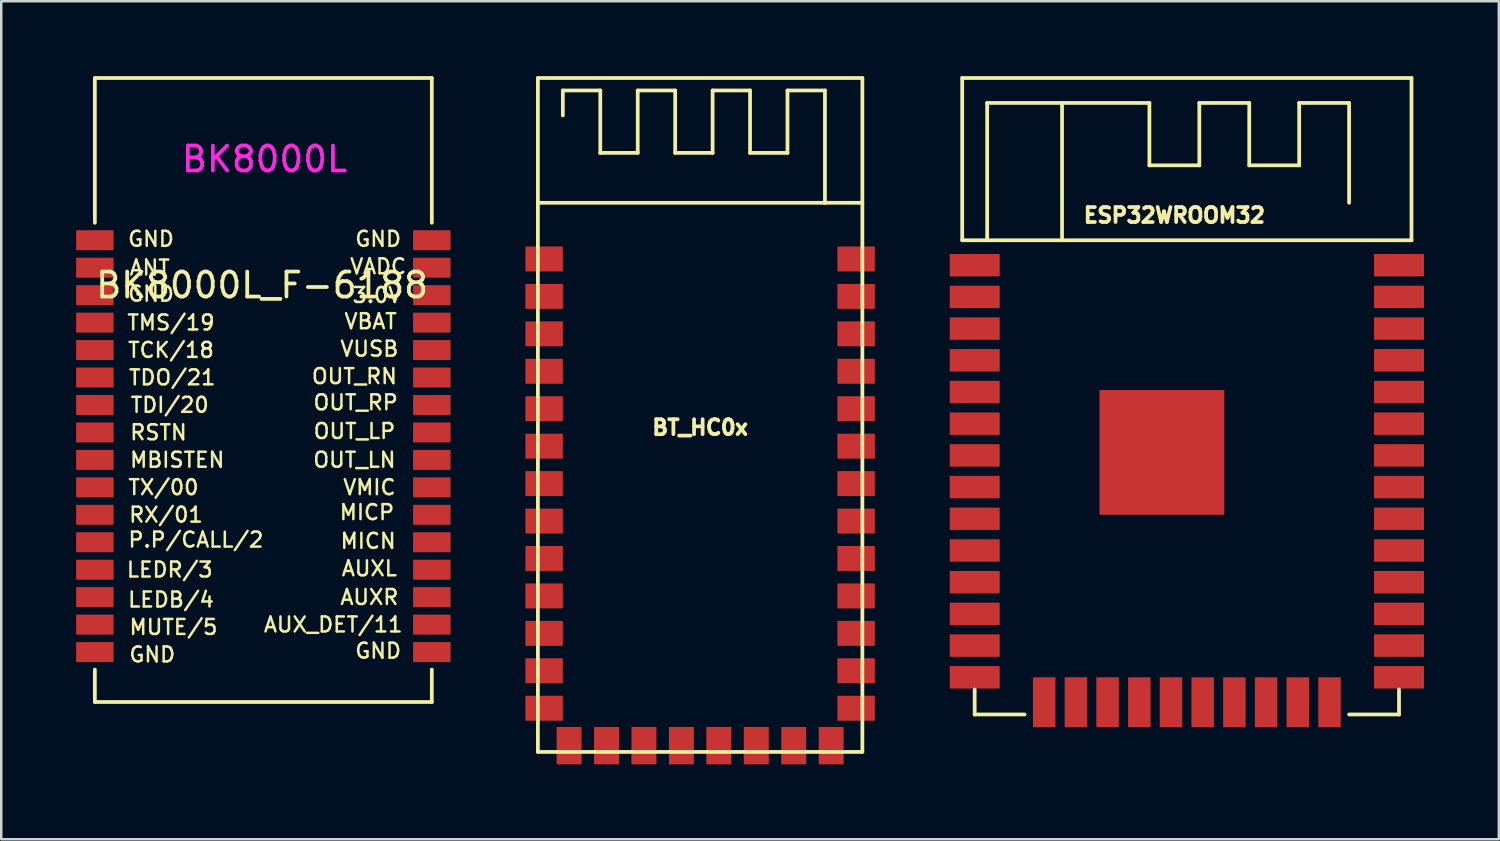
<source format=kicad_pcb>
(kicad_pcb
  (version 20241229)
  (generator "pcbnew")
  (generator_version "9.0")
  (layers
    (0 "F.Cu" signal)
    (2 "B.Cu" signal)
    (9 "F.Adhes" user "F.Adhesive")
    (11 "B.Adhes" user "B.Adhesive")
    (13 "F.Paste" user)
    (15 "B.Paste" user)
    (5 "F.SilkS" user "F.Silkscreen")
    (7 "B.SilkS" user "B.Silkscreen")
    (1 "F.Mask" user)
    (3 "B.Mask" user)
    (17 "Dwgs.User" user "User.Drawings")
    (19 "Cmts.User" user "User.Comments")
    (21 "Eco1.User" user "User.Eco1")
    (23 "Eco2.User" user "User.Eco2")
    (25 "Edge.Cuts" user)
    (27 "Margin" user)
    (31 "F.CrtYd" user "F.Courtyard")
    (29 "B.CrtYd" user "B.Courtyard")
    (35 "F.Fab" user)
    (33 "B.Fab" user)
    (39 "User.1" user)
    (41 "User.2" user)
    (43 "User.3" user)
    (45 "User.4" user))
  (footprint "ESP32WROOM32"
    (layer "F.Cu")
    (at 44.5 7.575)
    (property "Reference" "ESP32WROOM32" (at -0.5 -2 0) (layer "F.SilkS") (effects (font (size 0.6 0.6) (thickness 0.15))))
    (attr through_hole)
    (fp_line (start -9 -1) (end -9 -7.5) (stroke (width 0.15) (type solid)) (layer "F.SilkS"))
    (fp_line (start -9 -1) (end 9 -1) (stroke (width 0.15) (type solid)) (layer "F.SilkS"))
    (fp_line (start -8.5 17) (end -8.5 18) (stroke (width 0.15) (type solid)) (layer "F.SilkS"))
    (fp_line (start -8.5 18) (end -6.5 18) (stroke (width 0.15) (type solid)) (layer "F.SilkS"))
    (fp_line (start -8 -6.5) (end -1.5 -6.5) (stroke (width 0.15) (type solid)) (layer "F.SilkS"))
    (fp_line (start -8 -1) (end -8 -6.5) (stroke (width 0.15) (type solid)) (layer "F.SilkS"))
    (fp_line (start -5 -6.5) (end -5 -1) (stroke (width 0.15) (type solid)) (layer "F.SilkS"))
    (fp_line (start -1.5 -6.5) (end -1.5 -4) (stroke (width 0.15) (type solid)) (layer "F.SilkS"))
    (fp_line (start -1.5 -4) (end 0.5 -4) (stroke (width 0.15) (type solid)) (layer "F.SilkS"))
    (fp_line (start 0.5 -6.5) (end 2.5 -6.5) (stroke (width 0.15) (type solid)) (layer "F.SilkS"))
    (fp_line (start 0.5 -4) (end 0.5 -6.5) (stroke (width 0.15) (type solid)) (layer "F.SilkS"))
    (fp_line (start 2.5 -6.5) (end 2.5 -4) (stroke (width 0.15) (type solid)) (layer "F.SilkS"))
    (fp_line (start 2.5 -4) (end 4.5 -4) (stroke (width 0.15) (type solid)) (layer "F.SilkS"))
    (fp_line (start 4.5 -6.5) (end 6.5 -6.5) (stroke (width 0.15) (type solid)) (layer "F.SilkS"))
    (fp_line (start 4.5 -4) (end 4.5 -6.5) (stroke (width 0.15) (type solid)) (layer "F.SilkS"))
    (fp_line (start 6.5 -6.5) (end 6.5 -2.5) (stroke (width 0.15) (type solid)) (layer "F.SilkS"))
    (fp_line (start 6.5 18) (end 8.5 18) (stroke (width 0.15) (type solid)) (layer "F.SilkS"))
    (fp_line (start 8.5 18) (end 8.5 17) (stroke (width 0.15) (type solid)) (layer "F.SilkS"))
    (fp_line (start 9 -7.5) (end -9 -7.5) (stroke (width 0.15) (type solid)) (layer "F.SilkS"))
    (fp_line (start 9 -1) (end 9 -7.5) (stroke (width 0.15) (type solid)) (layer "F.SilkS"))
    (pad "1" smd rect (at -8.5 0) (size 2 0.9) (layers "F.Cu" "F.Mask" "F.Paste"))
    (pad "2" smd rect (at -8.5 1.27) (size 2 0.9) (layers "F.Cu" "F.Mask" "F.Paste"))
    (pad "3" smd rect (at -8.5 2.54) (size 2 0.9) (layers "F.Cu" "F.Mask" "F.Paste"))
    (pad "4" smd rect (at -8.5 3.81) (size 2 0.9) (layers "F.Cu" "F.Mask" "F.Paste"))
    (pad "5" smd rect (at -8.5 5.08) (size 2 0.9) (layers "F.Cu" "F.Mask" "F.Paste"))
    (pad "6" smd rect (at -8.5 6.35) (size 2 0.9) (layers "F.Cu" "F.Mask" "F.Paste"))
    (pad "7" smd rect (at -8.5 7.62) (size 2 0.9) (layers "F.Cu" "F.Mask" "F.Paste"))
    (pad "8" smd rect (at -8.5 8.89) (size 2 0.9) (layers "F.Cu" "F.Mask" "F.Paste"))
    (pad "9" smd rect (at -8.5 10.16) (size 2 0.9) (layers "F.Cu" "F.Mask" "F.Paste"))
    (pad "10" smd rect (at -8.5 11.43) (size 2 0.9) (layers "F.Cu" "F.Mask" "F.Paste"))
    (pad "11" smd rect (at -8.5 12.7) (size 2 0.9) (layers "F.Cu" "F.Mask" "F.Paste"))
    (pad "12" smd rect (at -8.5 13.97) (size 2 0.9) (layers "F.Cu" "F.Mask" "F.Paste"))
    (pad "13" smd rect (at -8.5 15.24) (size 2 0.9) (layers "F.Cu" "F.Mask" "F.Paste"))
    (pad "14" smd rect (at -8.5 16.51) (size 2 0.9) (layers "F.Cu" "F.Mask" "F.Paste"))
    (pad "15" smd rect (at -5.715 17.51 90) (size 2 0.9) (layers "F.Cu" "F.Mask" "F.Paste"))
    (pad "16" smd rect (at -4.445 17.51 90) (size 2 0.9) (layers "F.Cu" "F.Mask" "F.Paste"))
    (pad "17" smd rect (at -3.175 17.51 90) (size 2 0.9) (layers "F.Cu" "F.Mask" "F.Paste"))
    (pad "18" smd rect (at -1.905 17.51 90) (size 2 0.9) (layers "F.Cu" "F.Mask" "F.Paste"))
    (pad "19" smd rect (at -0.635 17.51 90) (size 2 0.9) (layers "F.Cu" "F.Mask" "F.Paste"))
    (pad "20" smd rect (at 0.635 17.51 90) (size 2 0.9) (layers "F.Cu" "F.Mask" "F.Paste"))
    (pad "21" smd rect (at 1.905 17.51 90) (size 2 0.9) (layers "F.Cu" "F.Mask" "F.Paste"))
    (pad "22" smd rect (at 3.175 17.51 90) (size 2 0.9) (layers "F.Cu" "F.Mask" "F.Paste"))
    (pad "23" smd rect (at 4.445 17.51 90) (size 2 0.9) (layers "F.Cu" "F.Mask" "F.Paste"))
    (pad "24" smd rect (at 5.715 17.51 90) (size 2 0.9) (layers "F.Cu" "F.Mask" "F.Paste"))
    (pad "25" smd rect (at 8.5 16.51) (size 2 0.9) (layers "F.Cu" "F.Mask" "F.Paste"))
    (pad "26" smd rect (at 8.5 15.24) (size 2 0.9) (layers "F.Cu" "F.Mask" "F.Paste"))
    (pad "27" smd rect (at 8.5 13.97) (size 2 0.9) (layers "F.Cu" "F.Mask" "F.Paste"))
    (pad "28" smd rect (at 8.5 12.7) (size 2 0.9) (layers "F.Cu" "F.Mask" "F.Paste"))
    (pad "29" smd rect (at 8.5 11.43) (size 2 0.9) (layers "F.Cu" "F.Mask" "F.Paste"))
    (pad "30" smd rect (at 8.5 10.16) (size 2 0.9) (layers "F.Cu" "F.Mask" "F.Paste"))
    (pad "31" smd rect (at 8.5 8.89) (size 2 0.9) (layers "F.Cu" "F.Mask" "F.Paste"))
    (pad "32" smd rect (at 8.5 7.62) (size 2 0.9) (layers "F.Cu" "F.Mask" "F.Paste"))
    (pad "33" smd rect (at 8.5 6.35) (size 2 0.9) (layers "F.Cu" "F.Mask" "F.Paste"))
    (pad "34" smd rect (at 8.5 5.08) (size 2 0.9) (layers "F.Cu" "F.Mask" "F.Paste"))
    (pad "35" smd rect (at 8.5 3.81) (size 2 0.9) (layers "F.Cu" "F.Mask" "F.Paste"))
    (pad "36" smd rect (at 8.5 2.54) (size 2 0.9) (layers "F.Cu" "F.Mask" "F.Paste"))
    (pad "37" smd rect (at 8.5 1.27) (size 2 0.9) (layers "F.Cu" "F.Mask" "F.Paste"))
    (pad "38" smd rect (at 8.5 0) (size 2 0.9) (layers "F.Cu" "F.Mask" "F.Paste"))
    (pad "PAD" smd rect (at -1 7.5) (size 5 5) (layers "F.Cu" "F.Mask" "F.Paste")))
  (footprint "BK8000L_F-6188"
    (layer "F.Cu")
    (at 7.55 14.325)
    (property "Reference" "BK8000L_F-6188" (at -0.1 -5.95 0) (layer "F.SilkS") (effects (font (size 1 1) (thickness 0.15))))
    (attr through_hole)
    (fp_line (start -6.8 -14.25) (end 6.7 -14.25) (stroke (width 0.15) (type solid)) (layer "F.SilkS"))
    (fp_line (start -6.8 -8.45) (end -6.8 -14.25) (stroke (width 0.15) (type solid)) (layer "F.SilkS"))
    (fp_line (start -6.8 9.45) (end -6.8 10.75) (stroke (width 0.15) (type solid)) (layer "F.SilkS"))
    (fp_line (start -6.8 10.75) (end 6.7 10.75) (stroke (width 0.15) (type solid)) (layer "F.SilkS"))
    (fp_line (start 6.7 -14.25) (end 6.7 -8.45) (stroke (width 0.15) (type solid)) (layer "F.SilkS"))
    (fp_line (start 6.7 10.75) (end 6.7 9.45) (stroke (width 0.15) (type solid)) (layer "F.SilkS"))
    (fp_text user "GND" (at -4.5 8.85 0) (layer "F.SilkS") (effects (font (size 0.6 0.6) (thickness 0.1))))
    (fp_text user "P.P/CALL/2" (at -2.75 4.25 0) (layer "F.SilkS") (effects (font (size 0.6 0.6) (thickness 0.1))))
    (fp_text user "LEDR/3" (at -3.8 5.45 0) (layer "F.SilkS") (effects (font (size 0.6 0.6) (thickness 0.1))))
    (fp_text user "GND" (at 4.55 -7.8 0) (layer "F.SilkS") (effects (font (size 0.6 0.6) (thickness 0.1))))
    (fp_text user "VMIC" (at 4.2 2.15 0) (layer "F.SilkS") (effects (font (size 0.6 0.6) (thickness 0.1))))
    (fp_text user "AUXL" (at 4.2 5.4 0) (layer "F.SilkS") (effects (font (size 0.6 0.6) (thickness 0.1))))
    (fp_text user "TCK/18" (at -3.75 -3.35 0) (layer "F.SilkS") (effects (font (size 0.6 0.6) (thickness 0.1))))
    (fp_text user "3.0V" (at 4.5 -5.55 0) (layer "F.SilkS") (effects (font (size 0.6 0.6) (thickness 0.1))))
    (fp_text user "GND" (at -4.55 -7.8 0) (layer "F.SilkS") (effects (font (size 0.6 0.6) (thickness 0.1))))
    (fp_text user "MICP" (at 4.1 3.15 0) (layer "F.SilkS") (effects (font (size 0.6 0.6) (thickness 0.1))))
    (fp_text user "OUT_RP" (at 3.65 -1.25 0) (layer "F.SilkS") (effects (font (size 0.6 0.6) (thickness 0.1))))
    (fp_text user "OUT_LN" (at 3.6 1.05 0) (layer "F.SilkS") (effects (font (size 0.6 0.6) (thickness 0.1))))
    (fp_text user "TX/00" (at -4.05 2.15 0) (layer "F.SilkS") (effects (font (size 0.6 0.6) (thickness 0.1))))
    (fp_text user "OUT_LP" (at 3.6 -0.1 0) (layer "F.SilkS") (effects (font (size 0.6 0.6) (thickness 0.1))))
    (fp_text user "LEDB/4" (at -3.75 6.65 0) (layer "F.SilkS") (effects (font (size 0.6 0.6) (thickness 0.1))))
    (fp_text user "GND" (at 4.55 8.7 0) (layer "F.SilkS") (effects (font (size 0.6 0.6) (thickness 0.1))))
    (fp_text user "MBISTEN" (at -3.5 1.05 0) (layer "F.SilkS") (effects (font (size 0.6 0.6) (thickness 0.1))))
    (fp_text user "RSTN" (at -4.25 -0.05 0) (layer "F.SilkS") (effects (font (size 0.6 0.6) (thickness 0.1))))
    (fp_text user "VUSB" (at 4.2 -3.4 0) (layer "F.SilkS") (effects (font (size 0.6 0.6) (thickness 0.1))))
    (fp_text user "VBAT" (at 4.25 -4.5 0) (layer "F.SilkS") (effects (font (size 0.6 0.6) (thickness 0.1))))
    (fp_text user "RX/01" (at -3.95 3.25 0) (layer "F.SilkS") (effects (font (size 0.6 0.6) (thickness 0.1))))
    (fp_text user "AUX_DET/11" (at 2.75 7.65 0) (layer "F.SilkS") (effects (font (size 0.6 0.6) (thickness 0.1))))
    (fp_text user "TDO/21" (at -3.7 -2.25 0) (layer "F.SilkS") (effects (font (size 0.6 0.6) (thickness 0.1))))
    (fp_text user "MUTE/5" (at -3.65 7.75 0) (layer "F.SilkS") (effects (font (size 0.6 0.6) (thickness 0.1))))
    (fp_text user "AUXR" (at 4.2 6.55 0) (layer "F.SilkS") (effects (font (size 0.6 0.6) (thickness 0.1))))
    (fp_text user "TDI/20" (at -3.8 -1.15 0) (layer "F.SilkS") (effects (font (size 0.6 0.6) (thickness 0.1))))
    (fp_text user "GND" (at -4.55 -5.6 0) (layer "F.SilkS") (effects (font (size 0.6 0.6) (thickness 0.1))))
    (fp_text user "MICN" (at 4.15 4.3 0) (layer "F.SilkS") (effects (font (size 0.6 0.6) (thickness 0.1))))
    (fp_text user "OUT_RN" (at 3.6 -2.3 0) (layer "F.SilkS") (effects (font (size 0.6 0.6) (thickness 0.1))))
    (fp_text user "ANT" (at -4.6 -6.65 0) (layer "F.SilkS") (effects (font (size 0.6 0.6) (thickness 0.1))))
    (fp_text user "VADC" (at 4.55 -6.7 0) (layer "F.SilkS") (effects (font (size 0.6 0.6) (thickness 0.1))))
    (fp_text user "TMS/19" (at -3.75 -4.45 0) (layer "F.SilkS") (effects (font (size 0.6 0.6) (thickness 0.1))))
    (fp_text user "BK8000L" (at 0 -11 0) (layer "F.CrtYd") (effects (font (size 1 1) (thickness 0.15))))
    (pad "1" smd rect (at -6.8 -7.75) (size 1.5 0.8) (layers "F.Cu" "F.Mask" "F.Paste"))
    (pad "2" smd rect (at -6.8 -6.65) (size 1.5 0.8) (layers "F.Cu" "F.Mask" "F.Paste"))
    (pad "3" smd rect (at -6.8 -5.55) (size 1.5 0.8) (layers "F.Cu" "F.Mask" "F.Paste"))
    (pad "4" smd rect (at -6.8 -4.45) (size 1.5 0.8) (layers "F.Cu" "F.Mask" "F.Paste"))
    (pad "5" smd rect (at -6.8 -3.35) (size 1.5 0.8) (layers "F.Cu" "F.Mask" "F.Paste"))
    (pad "6" smd rect (at -6.8 -2.25) (size 1.5 0.8) (layers "F.Cu" "F.Mask" "F.Paste"))
    (pad "7" smd rect (at -6.8 -1.15) (size 1.5 0.8) (layers "F.Cu" "F.Mask" "F.Paste"))
    (pad "8" smd rect (at -6.8 -0.05) (size 1.5 0.8) (layers "F.Cu" "F.Mask" "F.Paste"))
    (pad "9" smd rect (at -6.8 1.05) (size 1.5 0.8) (layers "F.Cu" "F.Mask" "F.Paste"))
    (pad "10" smd rect (at -6.8 2.15) (size 1.5 0.8) (layers "F.Cu" "F.Mask" "F.Paste"))
    (pad "11" smd rect (at -6.8 3.25) (size 1.5 0.8) (layers "F.Cu" "F.Mask" "F.Paste"))
    (pad "12" smd rect (at -6.8 4.35) (size 1.5 0.8) (layers "F.Cu" "F.Mask" "F.Paste"))
    (pad "13" smd rect (at -6.8 5.45) (size 1.5 0.8) (layers "F.Cu" "F.Mask" "F.Paste"))
    (pad "14" smd rect (at -6.8 6.55) (size 1.5 0.8) (layers "F.Cu" "F.Mask" "F.Paste"))
    (pad "15" smd rect (at -6.8 7.65) (size 1.5 0.8) (layers "F.Cu" "F.Mask" "F.Paste"))
    (pad "16" smd rect (at -6.8 8.75) (size 1.5 0.8) (layers "F.Cu" "F.Mask" "F.Paste"))
    (pad "17" smd rect (at 6.7 8.75) (size 1.5 0.8) (layers "F.Cu" "F.Mask" "F.Paste"))
    (pad "18" smd rect (at 6.7 7.65) (size 1.5 0.8) (layers "F.Cu" "F.Mask" "F.Paste"))
    (pad "19" smd rect (at 6.7 6.55) (size 1.5 0.8) (layers "F.Cu" "F.Mask" "F.Paste"))
    (pad "20" smd rect (at 6.7 5.45) (size 1.5 0.8) (layers "F.Cu" "F.Mask" "F.Paste"))
    (pad "21" smd rect (at 6.7 4.35) (size 1.5 0.8) (layers "F.Cu" "F.Mask" "F.Paste"))
    (pad "22" smd rect (at 6.7 3.25) (size 1.5 0.8) (layers "F.Cu" "F.Mask" "F.Paste"))
    (pad "23" smd rect (at 6.7 2.15) (size 1.5 0.8) (layers "F.Cu" "F.Mask" "F.Paste"))
    (pad "24" smd rect (at 6.7 1.05) (size 1.5 0.8) (layers "F.Cu" "F.Mask" "F.Paste"))
    (pad "25" smd rect (at 6.7 -0.05) (size 1.5 0.8) (layers "F.Cu" "F.Mask" "F.Paste"))
    (pad "26" smd rect (at 6.7 -1.15) (size 1.5 0.8) (layers "F.Cu" "F.Mask" "F.Paste"))
    (pad "27" smd rect (at 6.7 -2.25) (size 1.5 0.8) (layers "F.Cu" "F.Mask" "F.Paste"))
    (pad "28" smd rect (at 6.7 -3.35) (size 1.5 0.8) (layers "F.Cu" "F.Mask" "F.Paste"))
    (pad "29" smd rect (at 6.7 -4.45) (size 1.5 0.8) (layers "F.Cu" "F.Mask" "F.Paste"))
    (pad "30" smd rect (at 6.7 -5.55) (size 1.5 0.8) (layers "F.Cu" "F.Mask" "F.Paste"))
    (pad "31" smd rect (at 6.7 -6.65) (size 1.5 0.8) (layers "F.Cu" "F.Mask" "F.Paste"))
    (pad "32" smd rect (at 6.7 -7.75) (size 1.5 0.8) (layers "F.Cu" "F.Mask" "F.Paste")))
  (footprint "BT_HC0x"
    (layer "F.Cu")
    (at 25 13.575)
    (property "Reference" "BT_HC0x" (at 0 0.5 0) (layer "F.SilkS") (effects (font (size 0.6 0.6) (thickness 0.15))))
    (attr through_hole)
    (fp_line (start -6.5 -13.5) (end 6.5 -13.5) (stroke (width 0.15) (type solid)) (layer "F.SilkS"))
    (fp_line (start -6.5 -8.5) (end 6.5 -8.5) (stroke (width 0.15) (type solid)) (layer "F.SilkS"))
    (fp_line (start -6.5 13.5) (end -6.5 -13.5) (stroke (width 0.15) (type solid)) (layer "F.SilkS"))
    (fp_line (start -5.5 -13) (end -5.5 -12) (stroke (width 0.15) (type solid)) (layer "F.SilkS"))
    (fp_line (start -4 -13) (end -5.5 -13) (stroke (width 0.15) (type solid)) (layer "F.SilkS"))
    (fp_line (start -4 -10.5) (end -4 -13) (stroke (width 0.15) (type solid)) (layer "F.SilkS"))
    (fp_line (start -2.5 -13) (end -2.5 -10.5) (stroke (width 0.15) (type solid)) (layer "F.SilkS"))
    (fp_line (start -2.5 -10.5) (end -4 -10.5) (stroke (width 0.15) (type solid)) (layer "F.SilkS"))
    (fp_line (start -1 -13) (end -2.5 -13) (stroke (width 0.15) (type solid)) (layer "F.SilkS"))
    (fp_line (start -1 -10.5) (end -1 -13) (stroke (width 0.15) (type solid)) (layer "F.SilkS"))
    (fp_line (start 0.5 -13) (end 0.5 -10.5) (stroke (width 0.15) (type solid)) (layer "F.SilkS"))
    (fp_line (start 0.5 -10.5) (end -1 -10.5) (stroke (width 0.15) (type solid)) (layer "F.SilkS"))
    (fp_line (start 2 -13) (end 0.5 -13) (stroke (width 0.15) (type solid)) (layer "F.SilkS"))
    (fp_line (start 2 -10.5) (end 2 -13) (stroke (width 0.15) (type solid)) (layer "F.SilkS"))
    (fp_line (start 3.5 -13) (end 3.5 -10.5) (stroke (width 0.15) (type solid)) (layer "F.SilkS"))
    (fp_line (start 3.5 -10.5) (end 2 -10.5) (stroke (width 0.15) (type solid)) (layer "F.SilkS"))
    (fp_line (start 5 -13) (end 3.5 -13) (stroke (width 0.15) (type solid)) (layer "F.SilkS"))
    (fp_line (start 5 -8.5) (end 5 -13) (stroke (width 0.15) (type solid)) (layer "F.SilkS"))
    (fp_line (start 6.5 -13.5) (end 6.5 13.5) (stroke (width 0.15) (type solid)) (layer "F.SilkS"))
    (fp_line (start 6.5 13.5) (end -6.5 13.5) (stroke (width 0.15) (type solid)) (layer "F.SilkS"))
    (pad "1" smd rect (at -6.25 -6.25) (size 1.5 1) (layers "F.Cu" "F.Mask" "F.Paste"))
    (pad "2" smd rect (at -6.25 -4.75) (size 1.5 1) (layers "F.Cu" "F.Mask" "F.Paste"))
    (pad "3" smd rect (at -6.25 -3.25) (size 1.5 1) (layers "F.Cu" "F.Mask" "F.Paste"))
    (pad "4" smd rect (at -6.25 -1.75) (size 1.5 1) (layers "F.Cu" "F.Mask" "F.Paste"))
    (pad "5" smd rect (at -6.25 -0.25) (size 1.5 1) (layers "F.Cu" "F.Mask" "F.Paste"))
    (pad "6" smd rect (at -6.25 1.25) (size 1.5 1) (layers "F.Cu" "F.Mask" "F.Paste"))
    (pad "7" smd rect (at -6.25 2.75) (size 1.5 1) (layers "F.Cu" "F.Mask" "F.Paste"))
    (pad "8" smd rect (at -6.25 4.25) (size 1.5 1) (layers "F.Cu" "F.Mask" "F.Paste"))
    (pad "9" smd rect (at -6.25 5.75) (size 1.5 1) (layers "F.Cu" "F.Mask" "F.Paste"))
    (pad "10" smd rect (at -6.25 7.25) (size 1.5 1) (layers "F.Cu" "F.Mask" "F.Paste"))
    (pad "11" smd rect (at -6.25 8.75) (size 1.5 1) (layers "F.Cu" "F.Mask" "F.Paste"))
    (pad "12" smd rect (at -6.25 10.25) (size 1.5 1) (layers "F.Cu" "F.Mask" "F.Paste"))
    (pad "13" smd rect (at -6.25 11.75) (size 1.5 1) (layers "F.Cu" "F.Mask" "F.Paste"))
    (pad "14" smd rect (at -5.25 13.25 90) (size 1.5 1) (layers "F.Cu" "F.Mask" "F.Paste"))
    (pad "15" smd rect (at -3.75 13.25 90) (size 1.5 1) (layers "F.Cu" "F.Mask" "F.Paste"))
    (pad "16" smd rect (at -2.25 13.25 90) (size 1.5 1) (layers "F.Cu" "F.Mask" "F.Paste"))
    (pad "17" smd rect (at -0.75 13.25 90) (size 1.5 1) (layers "F.Cu" "F.Mask" "F.Paste"))
    (pad "18" smd rect (at 0.75 13.25 90) (size 1.5 1) (layers "F.Cu" "F.Mask" "F.Paste"))
    (pad "19" smd rect (at 2.25 13.25 90) (size 1.5 1) (layers "F.Cu" "F.Mask" "F.Paste"))
    (pad "20" smd rect (at 3.75 13.25 90) (size 1.5 1) (layers "F.Cu" "F.Mask" "F.Paste"))
    (pad "21" smd rect (at 5.25 13.25 90) (size 1.5 1) (layers "F.Cu" "F.Mask" "F.Paste"))
    (pad "22" smd rect (at 6.25 11.75) (size 1.5 1) (layers "F.Cu" "F.Mask" "F.Paste"))
    (pad "23" smd rect (at 6.25 10.25) (size 1.5 1) (layers "F.Cu" "F.Mask" "F.Paste"))
    (pad "24" smd rect (at 6.25 8.75) (size 1.5 1) (layers "F.Cu" "F.Mask" "F.Paste"))
    (pad "25" smd rect (at 6.25 7.25) (size 1.5 1) (layers "F.Cu" "F.Mask" "F.Paste"))
    (pad "26" smd rect (at 6.25 5.75) (size 1.5 1) (layers "F.Cu" "F.Mask" "F.Paste"))
    (pad "27" smd rect (at 6.25 4.25) (size 1.5 1) (layers "F.Cu" "F.Mask" "F.Paste"))
    (pad "28" smd rect (at 6.25 2.75) (size 1.5 1) (layers "F.Cu" "F.Mask" "F.Paste"))
    (pad "29" smd rect (at 6.25 1.25) (size 1.5 1) (layers "F.Cu" "F.Mask" "F.Paste"))
    (pad "30" smd rect (at 6.25 -0.25) (size 1.5 1) (layers "F.Cu" "F.Mask" "F.Paste"))
    (pad "31" smd rect (at 6.25 -1.75) (size 1.5 1) (layers "F.Cu" "F.Mask" "F.Paste"))
    (pad "32" smd rect (at 6.25 -3.25) (size 1.5 1) (layers "F.Cu" "F.Mask" "F.Paste"))
    (pad "33" smd rect (at 6.25 -4.75) (size 1.5 1) (layers "F.Cu" "F.Mask" "F.Paste"))
    (pad "34" smd rect (at 6.25 -6.25) (size 1.5 1) (layers "F.Cu" "F.Mask" "F.Paste")))
  (gr_rect
    (start -3 -3)
    (end 57 30.575)
    (stroke (width 0.1) (type default))
    (fill no)
    (layer "Edge.Cuts")))
</source>
